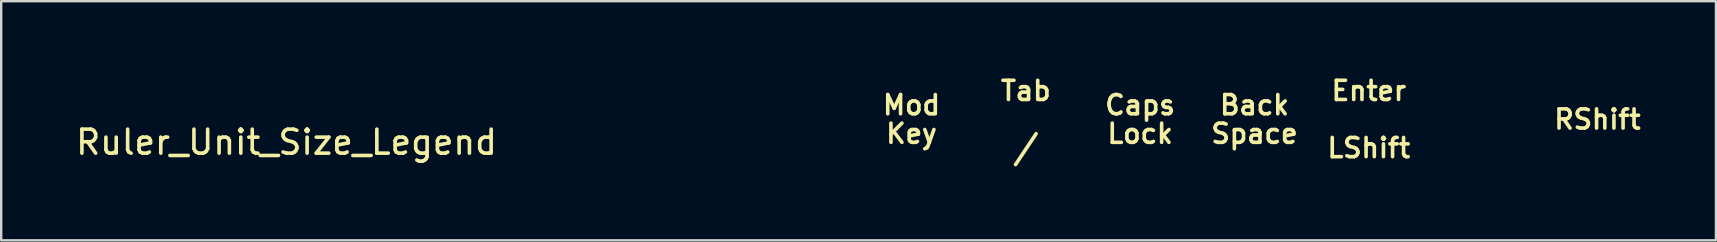
<source format=kicad_pcb>
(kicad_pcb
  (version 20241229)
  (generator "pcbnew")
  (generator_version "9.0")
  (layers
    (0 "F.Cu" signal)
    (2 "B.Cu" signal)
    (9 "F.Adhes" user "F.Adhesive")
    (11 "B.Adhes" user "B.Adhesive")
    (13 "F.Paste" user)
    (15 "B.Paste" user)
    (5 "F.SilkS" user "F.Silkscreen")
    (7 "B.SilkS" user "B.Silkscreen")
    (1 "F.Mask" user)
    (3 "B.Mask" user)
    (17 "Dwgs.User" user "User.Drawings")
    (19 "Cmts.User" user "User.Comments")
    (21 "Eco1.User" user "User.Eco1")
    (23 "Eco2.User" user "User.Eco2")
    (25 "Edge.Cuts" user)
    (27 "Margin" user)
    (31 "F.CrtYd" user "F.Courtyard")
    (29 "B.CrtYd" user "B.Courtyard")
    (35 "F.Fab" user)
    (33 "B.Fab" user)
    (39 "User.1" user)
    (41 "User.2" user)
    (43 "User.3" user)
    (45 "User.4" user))
  (footprint "Ruler_Unit_Size_Legend"
    (layer "F.Cu")
    (at 11.109 1.922)
    (property "Reference" "Ruler_Unit_Size_Legend" (at -2.223 0.953 0) (layer "F.SilkS") (effects (font (size 1 1) (thickness 0.15))))
    (attr through_hole)
    (fp_text user "LShift" (at 42.863 1.191 0) (layer "F.SilkS") (effects (font (size 0.8 0.8) (thickness 0.15))))
    (fp_text user "RShift" (at 52.388 0 0) (layer "F.SilkS") (effects (font (size 0.8 0.8) (thickness 0.15))))
    (fp_text user "Caps" (at 33.337 -0.595 0) (layer "F.SilkS") (effects (font (size 0.8 0.8) (thickness 0.15))))
    (fp_text user "/" (at 28.575 1.191 0) (layer "F.SilkS") (effects (font (size 1 1) (thickness 0.15))))
    (fp_text user "Enter" (at 42.863 -1.191 0) (layer "F.SilkS") (effects (font (size 0.8 0.8) (thickness 0.15))))
    (fp_text user "Mod" (at 23.813 -0.595 0) (layer "F.SilkS") (effects (font (size 0.8 0.8) (thickness 0.15))))
    (fp_text user "Space" (at 38.1 0.595 0) (layer "F.SilkS") (effects (font (size 0.8 0.8) (thickness 0.15))))
    (fp_text user "Lock" (at 33.337 0.595 0) (layer "F.SilkS") (effects (font (size 0.8 0.8) (thickness 0.15))))
    (fp_text user "Tab" (at 28.575 -1.191 0) (layer "F.SilkS") (effects (font (size 0.8 0.8) (thickness 0.15))))
    (fp_text user "Key" (at 23.813 0.595 0) (layer "F.SilkS") (effects (font (size 0.8 0.8) (thickness 0.15))))
    (fp_text user "Back" (at 38.1 -0.595 0) (layer "F.SilkS") (effects (font (size 0.8 0.8) (thickness 0.15)))))
  (gr_rect
    (start -3 -3)
    (end 68.432 6.961)
    (stroke (width 0.1) (type default))
    (fill no)
    (layer "Edge.Cuts")))
</source>
